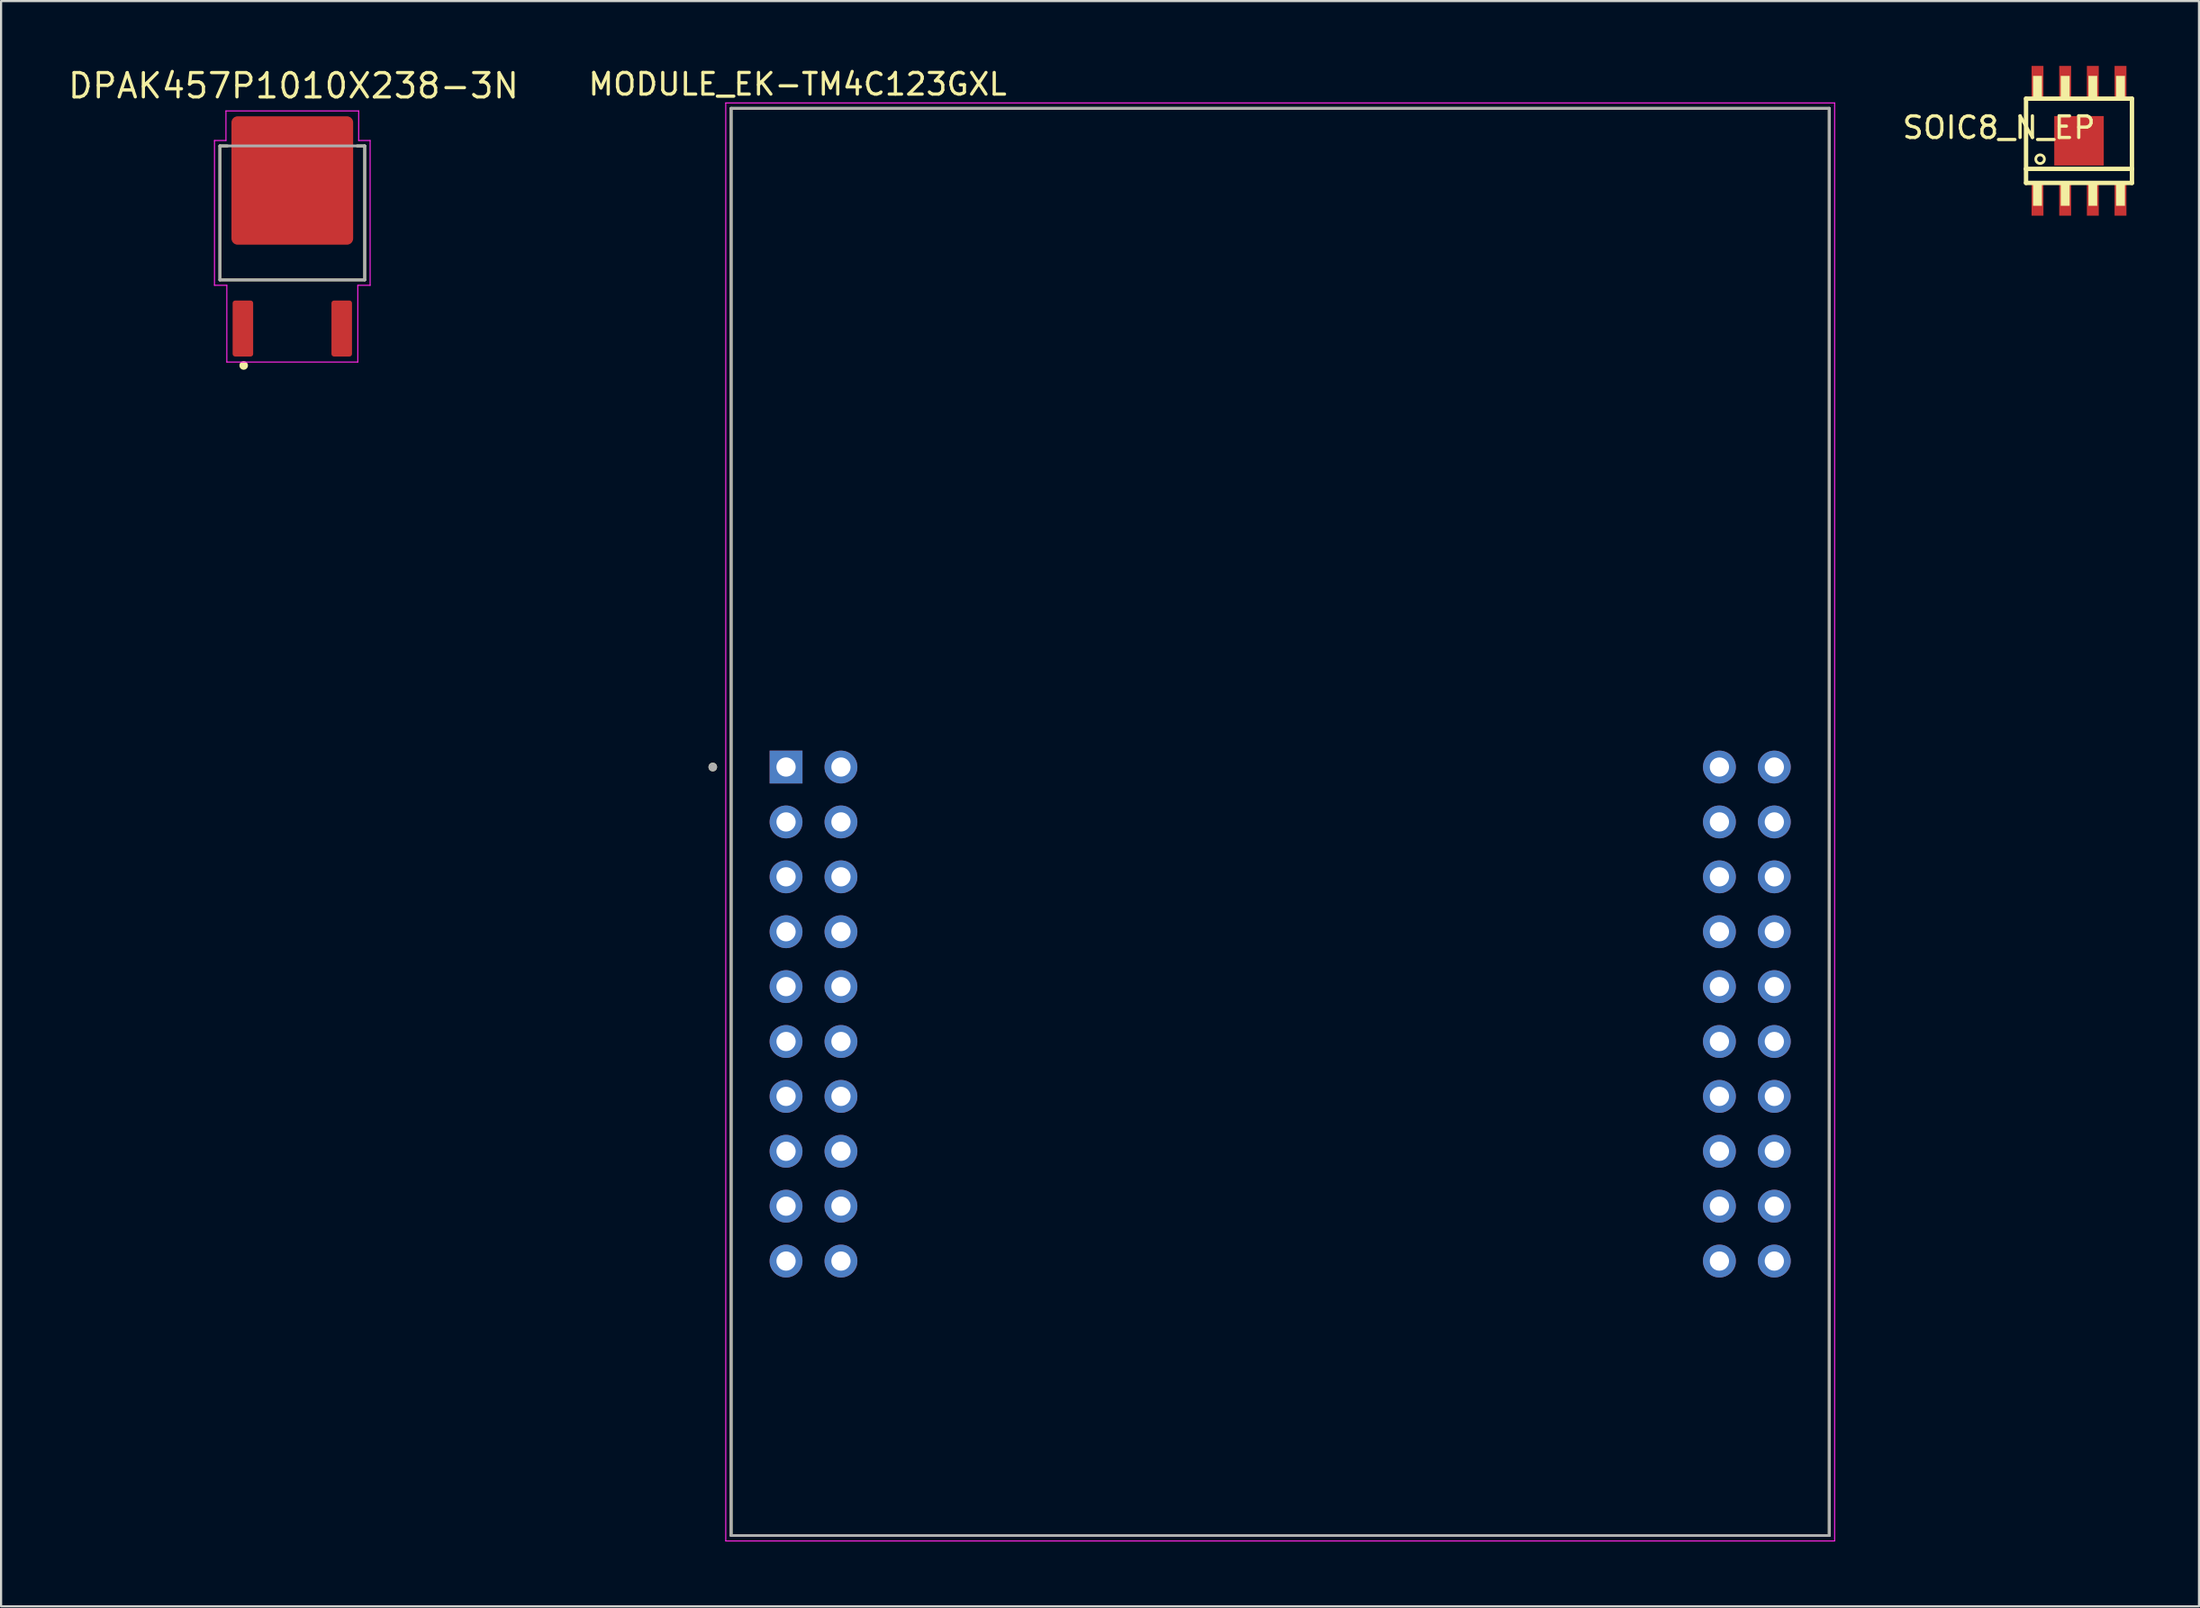
<source format=kicad_pcb>
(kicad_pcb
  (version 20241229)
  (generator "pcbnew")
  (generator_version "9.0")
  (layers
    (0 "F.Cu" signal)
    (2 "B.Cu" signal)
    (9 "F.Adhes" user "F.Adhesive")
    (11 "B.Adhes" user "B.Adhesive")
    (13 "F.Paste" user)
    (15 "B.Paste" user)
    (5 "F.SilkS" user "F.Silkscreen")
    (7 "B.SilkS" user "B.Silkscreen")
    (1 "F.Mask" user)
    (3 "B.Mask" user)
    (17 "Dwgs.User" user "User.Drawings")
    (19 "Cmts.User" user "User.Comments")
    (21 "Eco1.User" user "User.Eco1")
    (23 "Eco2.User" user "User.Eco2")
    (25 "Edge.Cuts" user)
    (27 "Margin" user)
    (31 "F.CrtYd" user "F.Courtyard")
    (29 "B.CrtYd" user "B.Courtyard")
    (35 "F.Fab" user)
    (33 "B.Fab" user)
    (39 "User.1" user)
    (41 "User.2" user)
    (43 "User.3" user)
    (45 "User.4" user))
  (footprint "MODULE_EK-TM4C123GXL"
    (layer "F.Cu")
    (at 56.175 34.983)
    (property "Reference" "MODULE_EK-TM4C123GXL" (at -22.325 -34.135 0) (layer "F.SilkS") (effects (font (size 1 1) (thickness 0.15))))
    (attr through_hole)
    (fp_line (start -25.4 -33.02) (end -25.4 33.02) (stroke (width 0.127) (type solid)) (layer "F.SilkS"))
    (fp_line (start -25.4 33.02) (end 25.4 33.02) (stroke (width 0.127) (type solid)) (layer "F.SilkS"))
    (fp_line (start 25.4 -33.02) (end -25.4 -33.02) (stroke (width 0.127) (type solid)) (layer "F.SilkS"))
    (fp_line (start 25.4 33.02) (end 25.4 -33.02) (stroke (width 0.127) (type solid)) (layer "F.SilkS"))
    (fp_circle (center -26.25 -2.54) (end -26.15 -2.54) (stroke (width 0.2) (type solid)) (fill no) (layer "F.SilkS"))
    (fp_line (start -25.65 -33.27) (end 25.65 -33.27) (stroke (width 0.05) (type solid)) (layer "F.CrtYd"))
    (fp_line (start -25.65 33.27) (end -25.65 -33.27) (stroke (width 0.05) (type solid)) (layer "F.CrtYd"))
    (fp_line (start 25.65 -33.27) (end 25.65 33.27) (stroke (width 0.05) (type solid)) (layer "F.CrtYd"))
    (fp_line (start 25.65 33.27) (end -25.65 33.27) (stroke (width 0.05) (type solid)) (layer "F.CrtYd"))
    (fp_line (start -25.4 -33.02) (end -25.4 33.02) (stroke (width 0.127) (type solid)) (layer "F.Fab"))
    (fp_line (start -25.4 33.02) (end 25.4 33.02) (stroke (width 0.127) (type solid)) (layer "F.Fab"))
    (fp_line (start 25.4 -33.02) (end -25.4 -33.02) (stroke (width 0.127) (type solid)) (layer "F.Fab"))
    (fp_line (start 25.4 33.02) (end 25.4 -33.02) (stroke (width 0.127) (type solid)) (layer "F.Fab"))
    (fp_circle (center -26.25 -2.54) (end -26.15 -2.54) (stroke (width 0.2) (type solid)) (fill no) (layer "F.Fab"))
    (pad "J1_1" thru_hole rect (at -22.86 -2.54) (size 1.52 1.52) (drill 0.89) (layers "*.Cu" "*.Mask"))
    (pad "J1_2" thru_hole circle (at -22.86 0) (size 1.52 1.52) (drill 0.89) (layers "*.Cu" "*.Mask"))
    (pad "J1_3" thru_hole circle (at -22.86 2.54) (size 1.52 1.52) (drill 0.89) (layers "*.Cu" "*.Mask"))
    (pad "J1_4" thru_hole circle (at -22.86 5.08) (size 1.52 1.52) (drill 0.89) (layers "*.Cu" "*.Mask"))
    (pad "J1_5" thru_hole circle (at -22.86 7.62) (size 1.52 1.52) (drill 0.89) (layers "*.Cu" "*.Mask"))
    (pad "J1_6" thru_hole circle (at -22.86 10.16) (size 1.52 1.52) (drill 0.89) (layers "*.Cu" "*.Mask"))
    (pad "J1_7" thru_hole circle (at -22.86 12.7) (size 1.52 1.52) (drill 0.89) (layers "*.Cu" "*.Mask"))
    (pad "J1_8" thru_hole circle (at -22.86 15.24) (size 1.52 1.52) (drill 0.89) (layers "*.Cu" "*.Mask"))
    (pad "J1_9" thru_hole circle (at -22.86 17.78) (size 1.52 1.52) (drill 0.89) (layers "*.Cu" "*.Mask"))
    (pad "J1_10" thru_hole circle (at -22.86 20.32) (size 1.52 1.52) (drill 0.89) (layers "*.Cu" "*.Mask"))
    (pad "J2_1" thru_hole circle (at 22.86 -2.54) (size 1.52 1.52) (drill 0.89) (layers "*.Cu" "*.Mask"))
    (pad "J2_2" thru_hole circle (at 22.86 0) (size 1.52 1.52) (drill 0.89) (layers "*.Cu" "*.Mask"))
    (pad "J2_3" thru_hole circle (at 22.86 2.54) (size 1.52 1.52) (drill 0.89) (layers "*.Cu" "*.Mask"))
    (pad "J2_4" thru_hole circle (at 22.86 5.08) (size 1.52 1.52) (drill 0.89) (layers "*.Cu" "*.Mask"))
    (pad "J2_5" thru_hole circle (at 22.86 7.62) (size 1.52 1.52) (drill 0.89) (layers "*.Cu" "*.Mask"))
    (pad "J2_6" thru_hole circle (at 22.86 10.16) (size 1.52 1.52) (drill 0.89) (layers "*.Cu" "*.Mask"))
    (pad "J2_7" thru_hole circle (at 22.86 12.7) (size 1.52 1.52) (drill 0.89) (layers "*.Cu" "*.Mask"))
    (pad "J2_8" thru_hole circle (at 22.86 15.24) (size 1.52 1.52) (drill 0.89) (layers "*.Cu" "*.Mask"))
    (pad "J2_9" thru_hole circle (at 22.86 17.78) (size 1.52 1.52) (drill 0.89) (layers "*.Cu" "*.Mask"))
    (pad "J2_10" thru_hole circle (at 22.86 20.32) (size 1.52 1.52) (drill 0.89) (layers "*.Cu" "*.Mask"))
    (pad "J3_1" thru_hole circle (at -20.32 -2.54) (size 1.52 1.52) (drill 0.89) (layers "*.Cu" "*.Mask"))
    (pad "J3_2" thru_hole circle (at -20.32 0) (size 1.52 1.52) (drill 0.89) (layers "*.Cu" "*.Mask"))
    (pad "J3_3" thru_hole circle (at -20.32 2.54) (size 1.52 1.52) (drill 0.89) (layers "*.Cu" "*.Mask"))
    (pad "J3_4" thru_hole circle (at -20.32 5.08) (size 1.52 1.52) (drill 0.89) (layers "*.Cu" "*.Mask"))
    (pad "J3_5" thru_hole circle (at -20.32 7.62) (size 1.52 1.52) (drill 0.89) (layers "*.Cu" "*.Mask"))
    (pad "J3_6" thru_hole circle (at -20.32 10.16) (size 1.52 1.52) (drill 0.89) (layers "*.Cu" "*.Mask"))
    (pad "J3_7" thru_hole circle (at -20.32 12.7) (size 1.52 1.52) (drill 0.89) (layers "*.Cu" "*.Mask"))
    (pad "J3_8" thru_hole circle (at -20.32 15.24) (size 1.52 1.52) (drill 0.89) (layers "*.Cu" "*.Mask"))
    (pad "J3_9" thru_hole circle (at -20.32 17.78) (size 1.52 1.52) (drill 0.89) (layers "*.Cu" "*.Mask"))
    (pad "J3_10" thru_hole circle (at -20.32 20.32) (size 1.52 1.52) (drill 0.89) (layers "*.Cu" "*.Mask"))
    (pad "J4_1" thru_hole circle (at 20.32 -2.54) (size 1.52 1.52) (drill 0.89) (layers "*.Cu" "*.Mask"))
    (pad "J4_2" thru_hole circle (at 20.32 0) (size 1.52 1.52) (drill 0.89) (layers "*.Cu" "*.Mask"))
    (pad "J4_3" thru_hole circle (at 20.32 2.54) (size 1.52 1.52) (drill 0.89) (layers "*.Cu" "*.Mask"))
    (pad "J4_4" thru_hole circle (at 20.32 5.08) (size 1.52 1.52) (drill 0.89) (layers "*.Cu" "*.Mask"))
    (pad "J4_5" thru_hole circle (at 20.32 7.62) (size 1.52 1.52) (drill 0.89) (layers "*.Cu" "*.Mask"))
    (pad "J4_6" thru_hole circle (at 20.32 10.16) (size 1.52 1.52) (drill 0.89) (layers "*.Cu" "*.Mask"))
    (pad "J4_7" thru_hole circle (at 20.32 12.7) (size 1.52 1.52) (drill 0.89) (layers "*.Cu" "*.Mask"))
    (pad "J4_8" thru_hole circle (at 20.32 15.24) (size 1.52 1.52) (drill 0.89) (layers "*.Cu" "*.Mask"))
    (pad "J4_9" thru_hole circle (at 20.32 17.78) (size 1.52 1.52) (drill 0.89) (layers "*.Cu" "*.Mask"))
    (pad "J4_10" thru_hole circle (at 20.32 20.32) (size 1.52 1.52) (drill 0.89) (layers "*.Cu" "*.Mask")))
  (footprint "SOIC8_N_EP"
    (layer "F.Cu")
    (at 93.13 3.465)
    (property "Reference" "SOIC8_N_EP" (at -3.702 -0.61 180) (layer "F.SilkS") (effects (font (size 1 1) (thickness 0.15))))
    (attr smd)
    (fp_line (start -2.45 -1.95) (end 2.45 -1.95) (stroke (width 0.203) (type solid)) (layer "F.SilkS"))
    (fp_line (start -2.45 1.3) (end -2.45 -1.95) (stroke (width 0.203) (type solid)) (layer "F.SilkS"))
    (fp_line (start -2.45 1.3) (end 2.45 1.3) (stroke (width 0.203) (type solid)) (layer "F.SilkS"))
    (fp_line (start -2.45 1.95) (end -2.45 1.3) (stroke (width 0.203) (type solid)) (layer "F.SilkS"))
    (fp_line (start 2.45 -1.95) (end 2.45 1.3) (stroke (width 0.203) (type solid)) (layer "F.SilkS"))
    (fp_line (start 2.45 1.3) (end 2.45 1.95) (stroke (width 0.203) (type solid)) (layer "F.SilkS"))
    (fp_line (start 2.45 1.95) (end -2.45 1.95) (stroke (width 0.203) (type solid)) (layer "F.SilkS"))
    (fp_circle (center -1.8 0.85) (end -1.6 0.85) (stroke (width 0.127) (type solid)) (fill no) (layer "F.SilkS"))
    (fp_poly (pts (xy -2.12 -3) (xy -1.72 -3) (xy -1.72 -1.95) (xy -2.12 -1.95)) (stroke (width 0.01) (type solid)) (fill yes) (layer "F.SilkS"))
    (fp_poly (pts (xy -2.12 1.95) (xy -1.72 1.95) (xy -1.72 3) (xy -2.12 3)) (stroke (width 0.01) (type solid)) (fill yes) (layer "F.SilkS"))
    (fp_poly (pts (xy -0.84 -3) (xy -0.44 -3) (xy -0.44 -1.95) (xy -0.84 -1.95)) (stroke (width 0.01) (type solid)) (fill yes) (layer "F.SilkS"))
    (fp_poly (pts (xy -0.84 1.95) (xy -0.44 1.95) (xy -0.44 3) (xy -0.84 3)) (stroke (width 0.01) (type solid)) (fill yes) (layer "F.SilkS"))
    (fp_poly (pts (xy 0.44 -3) (xy 0.84 -3) (xy 0.84 -1.95) (xy 0.44 -1.95)) (stroke (width 0.01) (type solid)) (fill yes) (layer "F.SilkS"))
    (fp_poly (pts (xy 0.44 1.95) (xy 0.84 1.95) (xy 0.84 3) (xy 0.44 3)) (stroke (width 0.01) (type solid)) (fill yes) (layer "F.SilkS"))
    (fp_poly (pts (xy 1.72 -3) (xy 2.12 -3) (xy 2.12 -1.95) (xy 1.72 -1.95)) (stroke (width 0.01) (type solid)) (fill yes) (layer "F.SilkS"))
    (fp_poly (pts (xy 1.72 1.95) (xy 2.12 1.95) (xy 2.12 3) (xy 1.72 3)) (stroke (width 0.01) (type solid)) (fill yes) (layer "F.SilkS"))
    (pad "1" smd rect (at -1.92 2.72) (size 0.55 1.49) (layers "F.Cu" "F.Mask" "F.Paste"))
    (pad "2" smd rect (at -0.64 2.72) (size 0.55 1.49) (layers "F.Cu" "F.Mask" "F.Paste"))
    (pad "3" smd rect (at 0.64 2.72) (size 0.55 1.49) (layers "F.Cu" "F.Mask" "F.Paste"))
    (pad "4" smd rect (at 1.92 2.72) (size 0.55 1.49) (layers "F.Cu" "F.Mask" "F.Paste"))
    (pad "5" smd rect (at 1.92 -2.72) (size 0.55 1.49) (layers "F.Cu" "F.Mask" "F.Paste"))
    (pad "6" smd rect (at 0.64 -2.72) (size 0.55 1.49) (layers "F.Cu" "F.Mask" "F.Paste"))
    (pad "7" smd rect (at -0.64 -2.72) (size 0.55 1.49) (layers "F.Cu" "F.Mask" "F.Paste"))
    (pad "8" smd rect (at -1.92 -2.72) (size 0.55 1.49) (layers "F.Cu" "F.Mask" "F.Paste"))
    (pad "PAD" smd rect (at 0 0) (size 2.29 2.29) (layers "F.Cu" "F.Mask" "F.Paste")))
  (footprint "DPAK457P1010X238-3N"
    (layer "F.Cu")
    (at 10.473 7.892)
    (property "Reference" "DPAK457P1010X238-3N" (at 0.056 -6.972 0) (layer "F.SilkS") (effects (font (size 1.122 1.122) (thickness 0.15))))
    (attr smd)
    (fp_line (start -3.35 -4.19) (end -3 -4.19) (stroke (width 0.127) (type solid)) (layer "F.SilkS"))
    (fp_line (start -3.35 2.01) (end -3.35 -4.19) (stroke (width 0.127) (type solid)) (layer "F.SilkS"))
    (fp_line (start 3 -4.19) (end 3.35 -4.19) (stroke (width 0.127) (type solid)) (layer "F.SilkS"))
    (fp_line (start 3.35 -4.19) (end 3.35 2.01) (stroke (width 0.127) (type solid)) (layer "F.SilkS"))
    (fp_line (start 3.35 2.01) (end -3.35 2.01) (stroke (width 0.127) (type solid)) (layer "F.SilkS"))
    (fp_circle (center -2.25 5.969) (end -2.15 5.969) (stroke (width 0.2) (type solid)) (fill no) (layer "F.SilkS"))
    (fp_line (start -3.6 -4.44) (end -3.07 -4.44) (stroke (width 0.05) (type solid)) (layer "F.CrtYd"))
    (fp_line (start -3.6 2.26) (end -3.6 -4.44) (stroke (width 0.05) (type solid)) (layer "F.CrtYd"))
    (fp_line (start -3.07 -5.81) (end 3.07 -5.81) (stroke (width 0.05) (type solid)) (layer "F.CrtYd"))
    (fp_line (start -3.07 -4.44) (end -3.07 -5.81) (stroke (width 0.05) (type solid)) (layer "F.CrtYd"))
    (fp_line (start -3.03 2.26) (end -3.6 2.26) (stroke (width 0.05) (type solid)) (layer "F.CrtYd"))
    (fp_line (start -3.03 5.81) (end -3.03 2.26) (stroke (width 0.05) (type solid)) (layer "F.CrtYd"))
    (fp_line (start 3.03 2.26) (end 3.03 5.81) (stroke (width 0.05) (type solid)) (layer "F.CrtYd"))
    (fp_line (start 3.03 5.81) (end -3.03 5.81) (stroke (width 0.05) (type solid)) (layer "F.CrtYd"))
    (fp_line (start 3.07 -5.81) (end 3.07 -4.44) (stroke (width 0.05) (type solid)) (layer "F.CrtYd"))
    (fp_line (start 3.07 -4.44) (end 3.6 -4.44) (stroke (width 0.05) (type solid)) (layer "F.CrtYd"))
    (fp_line (start 3.6 -4.44) (end 3.6 2.26) (stroke (width 0.05) (type solid)) (layer "F.CrtYd"))
    (fp_line (start 3.6 2.26) (end 3.03 2.26) (stroke (width 0.05) (type solid)) (layer "F.CrtYd"))
    (fp_line (start -3.35 -4.19) (end 3.35 -4.19) (stroke (width 0.127) (type solid)) (layer "F.Fab"))
    (fp_line (start -3.35 2.01) (end -3.35 -4.19) (stroke (width 0.127) (type solid)) (layer "F.Fab"))
    (fp_line (start 3.35 -4.19) (end 3.35 2.01) (stroke (width 0.127) (type solid)) (layer "F.Fab"))
    (fp_line (start 3.35 2.01) (end -3.35 2.01) (stroke (width 0.127) (type solid)) (layer "F.Fab"))
    (pad "1" smd roundrect (at -2.286 4.26) (size 0.95 2.59) (layers "F.Cu" "F.Mask" "F.Paste") (roundrect_rratio 0.125))
    (pad "2" smd roundrect (at 0 -2.59) (size 5.63 5.94) (layers "F.Cu" "F.Mask" "F.Paste") (roundrect_rratio 0.05))
    (pad "3" smd roundrect (at 2.286 4.26) (size 0.95 2.59) (layers "F.Cu" "F.Mask" "F.Paste") (roundrect_rratio 0.125)))
  (gr_rect
    (start -3 -3)
    (end 98.681 71.278)
    (stroke (width 0.1) (type default))
    (fill no)
    (layer "Edge.Cuts")))
</source>
